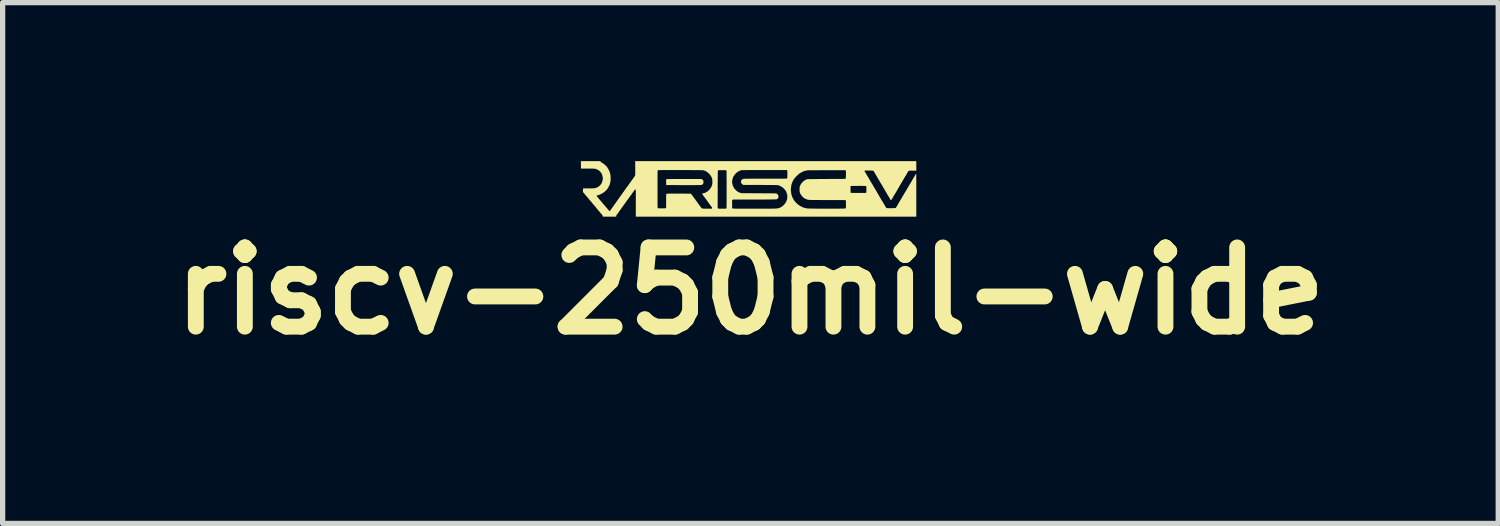
<source format=kicad_pcb>
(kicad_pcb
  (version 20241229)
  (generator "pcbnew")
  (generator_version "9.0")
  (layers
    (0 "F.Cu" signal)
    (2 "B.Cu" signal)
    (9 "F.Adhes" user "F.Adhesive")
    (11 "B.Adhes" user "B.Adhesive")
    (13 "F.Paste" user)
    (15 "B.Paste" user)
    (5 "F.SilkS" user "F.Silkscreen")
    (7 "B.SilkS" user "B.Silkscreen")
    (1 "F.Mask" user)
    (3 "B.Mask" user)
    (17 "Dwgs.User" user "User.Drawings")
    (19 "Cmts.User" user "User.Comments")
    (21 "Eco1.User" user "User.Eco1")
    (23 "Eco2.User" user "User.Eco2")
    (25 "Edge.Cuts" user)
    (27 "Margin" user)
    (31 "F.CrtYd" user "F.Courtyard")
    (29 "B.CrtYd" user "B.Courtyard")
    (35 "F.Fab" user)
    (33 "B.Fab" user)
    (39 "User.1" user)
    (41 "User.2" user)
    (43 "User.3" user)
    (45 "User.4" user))
  (footprint "riscv-250mil-wide"
    (layer "F.Cu")
    (at 11.122 0.526)
    (property "Reference" "riscv-250mil-wide" (at 0.035 1.93 0) (layer "F.SilkS") (effects (font (size 1.5 1.5) (thickness 0.3))))
    (attr board_only exclude_from_pos_files exclude_from_bom)
    (fp_poly (pts (xy -0.882 -0.18) (xy -0.87 -0.172) (xy -0.862 -0.165) (xy -0.857 -0.156) (xy -0.855 -0.145) (xy -0.855 -0.131) (xy -0.855 -0.119) (xy -0.856 -0.11) (xy -0.857 -0.104) (xy -0.86 -0.099) (xy -0.865 -0.093) (xy -0.867 -0.09) (xy -0.869 -0.087) (xy -0.872 -0.084) (xy -0.874 -0.082) (xy -0.877 -0.08) (xy -0.881 -0.078) (xy -0.886 -0.077) (xy -0.893 -0.075) (xy -0.902 -0.074) (xy -0.913 -0.073) (xy -0.927 -0.073) (xy -0.944 -0.072) (xy -0.964 -0.072) (xy -0.987 -0.072) (xy -1.015 -0.071) (xy -1.047 -0.071) (xy -1.083 -0.071) (xy -1.124 -0.071) (xy -1.171 -0.071) (xy -1.223 -0.071) (xy -1.224 -0.071) (xy -1.268 -0.071) (xy -1.31 -0.071) (xy -1.35 -0.072) (xy -1.388 -0.072) (xy -1.423 -0.072) (xy -1.454 -0.072) (xy -1.483 -0.072) (xy -1.507 -0.073) (xy -1.527 -0.073) (xy -1.542 -0.073) (xy -1.552 -0.073) (xy -1.557 -0.074) (xy -1.557 -0.074) (xy -1.559 -0.076) (xy -1.56 -0.082) (xy -1.56 -0.091) (xy -1.561 -0.105) (xy -1.561 -0.125) (xy -1.561 -0.129) (xy -1.561 -0.146) (xy -1.561 -0.161) (xy -1.56 -0.173) (xy -1.56 -0.181) (xy -1.559 -0.184) (xy -1.556 -0.185) (xy -1.547 -0.185) (xy -1.532 -0.186) (xy -1.511 -0.186) (xy -1.485 -0.186) (xy -1.453 -0.187) (xy -1.416 -0.187) (xy -1.373 -0.187) (xy -1.325 -0.187) (xy -1.272 -0.187) (xy -1.226 -0.187) (xy -0.894 -0.187)) (stroke (width 0) (type solid)) (fill yes) (layer "F.SilkS"))
    (fp_poly (pts (xy -2.803 -0.519) (xy -2.801 -0.511) (xy -2.793 -0.504) (xy -2.786 -0.501) (xy -2.775 -0.495) (xy -2.761 -0.487) (xy -2.746 -0.476) (xy -2.73 -0.463) (xy -2.714 -0.45) (xy -2.699 -0.437) (xy -2.688 -0.425) (xy -2.68 -0.415) (xy -2.658 -0.38) (xy -2.641 -0.346) (xy -2.627 -0.311) (xy -2.618 -0.276) (xy -2.613 -0.241) (xy -2.612 -0.229) (xy -2.611 -0.214) (xy -2.612 -0.197) (xy -2.612 -0.18) (xy -2.613 -0.164) (xy -2.614 -0.149) (xy -2.615 -0.139) (xy -2.617 -0.134) (xy -2.619 -0.127) (xy -2.621 -0.117) (xy -2.623 -0.105) (xy -2.624 -0.105) (xy -2.626 -0.092) (xy -2.63 -0.081) (xy -2.633 -0.073) (xy -2.634 -0.073) (xy -2.638 -0.065) (xy -2.641 -0.057) (xy -2.641 -0.057) (xy -2.644 -0.051) (xy -2.649 -0.041) (xy -2.655 -0.029) (xy -2.662 -0.017) (xy -2.669 -0.006) (xy -2.674 0.001) (xy -2.679 0.007) (xy -2.687 0.016) (xy -2.698 0.027) (xy -2.709 0.038) (xy -2.719 0.048) (xy -2.728 0.056) (xy -2.731 0.059) (xy -2.749 0.071) (xy -2.769 0.084) (xy -2.792 0.096) (xy -2.816 0.107) (xy -2.838 0.116) (xy -2.858 0.122) (xy -2.867 0.123) (xy -2.874 0.125) (xy -2.878 0.127) (xy -2.878 0.128) (xy -2.876 0.133) (xy -2.872 0.141) (xy -2.865 0.151) (xy -2.858 0.16) (xy -2.855 0.164) (xy -2.845 0.174) (xy -2.833 0.188) (xy -2.819 0.205) (xy -2.804 0.222) (xy -2.79 0.238) (xy -2.777 0.253) (xy -2.77 0.262) (xy -2.759 0.276) (xy -2.746 0.291) (xy -2.734 0.305) (xy -2.73 0.31) (xy -2.72 0.32) (xy -2.709 0.333) (xy -2.698 0.347) (xy -2.686 0.361) (xy -2.675 0.373) (xy -2.666 0.384) (xy -2.659 0.392) (xy -2.658 0.393) (xy -2.653 0.399) (xy -2.646 0.406) (xy -2.644 0.409) (xy -2.638 0.416) (xy -2.634 0.421) (xy -2.634 0.423) (xy -2.632 0.422) (xy -2.628 0.418) (xy -2.621 0.41) (xy -2.614 0.4) (xy -2.605 0.389) (xy -2.597 0.379) (xy -2.588 0.365) (xy -2.581 0.355) (xy -2.575 0.348) (xy -2.571 0.342) (xy -2.567 0.338) (xy -2.561 0.33) (xy -2.558 0.324) (xy -2.555 0.319) (xy -2.549 0.31) (xy -2.541 0.299) (xy -2.532 0.287) (xy -2.53 0.285) (xy -2.521 0.272) (xy -2.513 0.26) (xy -2.506 0.251) (xy -2.502 0.245) (xy -2.502 0.245) (xy -2.498 0.238) (xy -2.491 0.229) (xy -2.485 0.22) (xy -2.478 0.21) (xy -2.47 0.2) (xy -2.466 0.193) (xy -2.459 0.184) (xy -2.453 0.175) (xy -2.452 0.174) (xy -2.447 0.166) (xy -2.44 0.157) (xy -2.432 0.146) (xy -2.432 0.145) (xy -2.425 0.135) (xy -2.419 0.127) (xy -2.414 0.122) (xy -2.414 0.121) (xy -2.41 0.116) (xy -2.404 0.108) (xy -2.402 0.104) (xy -2.396 0.095) (xy -2.388 0.084) (xy -2.383 0.076) (xy -2.375 0.066) (xy -2.366 0.054) (xy -2.357 0.041) (xy -2.356 0.038) (xy -2.348 0.027) (xy -2.341 0.018) (xy -2.336 0.011) (xy -2.334 0.009) (xy -2.33 0.004) (xy -2.328 -0.001) (xy -2.326 -0.005) (xy -2.321 -0.012) (xy -2.315 -0.02) (xy -1.724 -0.02) (xy -1.724 0.006) (xy -1.724 0.06) (xy -1.724 0.108) (xy -1.724 0.151) (xy -1.724 0.189) (xy -1.724 0.222) (xy -1.724 0.251) (xy -1.724 0.276) (xy -1.724 0.297) (xy -1.723 0.314) (xy -1.723 0.328) (xy -1.723 0.34) (xy -1.722 0.348) (xy -1.722 0.355) (xy -1.721 0.359) (xy -1.721 0.362) (xy -1.72 0.364) (xy -1.72 0.365) (xy -1.715 0.366) (xy -1.704 0.367) (xy -1.687 0.368) (xy -1.664 0.368) (xy -1.647 0.368) (xy -1.623 0.368) (xy -1.605 0.368) (xy -1.59 0.368) (xy -1.58 0.367) (xy -1.573 0.365) (xy -1.568 0.363) (xy -1.565 0.361) (xy -1.563 0.359) (xy -1.563 0.355) (xy -1.562 0.346) (xy -1.562 0.332) (xy -1.561 0.315) (xy -1.561 0.294) (xy -1.561 0.27) (xy -1.561 0.244) (xy -1.561 0.227) (xy -1.561 0.196) (xy -1.561 0.171) (xy -1.561 0.15) (xy -1.56 0.133) (xy -1.56 0.121) (xy -1.56 0.111) (xy -1.559 0.105) (xy -1.558 0.1) (xy -1.557 0.097) (xy -1.556 0.095) (xy -1.555 0.094) (xy -1.554 0.093) (xy -1.552 0.092) (xy -1.548 0.092) (xy -1.543 0.091) (xy -1.536 0.09) (xy -1.527 0.09) (xy -1.515 0.09) (xy -1.499 0.089) (xy -1.48 0.089) (xy -1.457 0.089) (xy -1.429 0.089) (xy -1.397 0.089) (xy -1.36 0.089) (xy -1.326 0.089) (xy -1.29 0.089) (xy -1.256 0.089) (xy -1.224 0.089) (xy -1.194 0.09) (xy -1.167 0.09) (xy -1.144 0.09) (xy -1.125 0.091) (xy -1.11 0.091) (xy -1.101 0.091) (xy -1.096 0.092) (xy -1.096 0.092) (xy -1.09 0.096) (xy -1.083 0.102) (xy -1.081 0.104) (xy -1.075 0.112) (xy -1.068 0.122) (xy -1.059 0.133) (xy -1.051 0.144) (xy -1.043 0.155) (xy -1.037 0.163) (xy -1.033 0.169) (xy -1.032 0.171) (xy -1.03 0.174) (xy -1.026 0.18) (xy -1.02 0.188) (xy -1.014 0.195) (xy -1.009 0.201) (xy -1.009 0.202) (xy -1.005 0.206) (xy -1.005 0.208) (xy -1.004 0.21) (xy -1.001 0.215) (xy -0.995 0.222) (xy -0.986 0.232) (xy -0.986 0.233) (xy -0.982 0.238) (xy -0.981 0.24) (xy -0.979 0.244) (xy -0.975 0.25) (xy -0.972 0.253) (xy -0.967 0.259) (xy -0.964 0.264) (xy -0.963 0.265) (xy -0.961 0.269) (xy -0.956 0.276) (xy -0.949 0.286) (xy -0.941 0.296) (xy -0.937 0.301) (xy -0.932 0.308) (xy -0.931 0.31) (xy -0.917 0.329) (xy -0.905 0.345) (xy -0.895 0.357) (xy -0.887 0.366) (xy -0.883 0.369) (xy -0.88 0.37) (xy -0.876 0.371) (xy -0.87 0.372) (xy -0.861 0.373) (xy -0.849 0.374) (xy -0.832 0.374) (xy -0.812 0.374) (xy -0.786 0.374) (xy -0.76 0.374) (xy -0.74 0.374) (xy -0.725 0.374) (xy -0.713 0.374) (xy -0.705 0.374) (xy -0.699 0.373) (xy -0.696 0.372) (xy -0.694 0.371) (xy -0.693 0.369) (xy -0.693 0.369) (xy -0.69 0.363) (xy -0.69 0.36) (xy -0.586 0.36) (xy -0.578 0.367) (xy -0.571 0.375) (xy -0.499 0.375) (xy -0.476 0.375) (xy -0.458 0.374) (xy -0.445 0.374) (xy -0.436 0.374) (xy -0.429 0.373) (xy -0.425 0.372) (xy -0.422 0.37) (xy -0.422 0.37) (xy -0.421 0.369) (xy -0.42 0.367) (xy -0.419 0.365) (xy -0.419 0.362) (xy -0.312 0.362) (xy -0.304 0.368) (xy -0.303 0.369) (xy -0.301 0.37) (xy -0.299 0.371) (xy -0.297 0.371) (xy -0.293 0.372) (xy -0.287 0.372) (xy -0.28 0.373) (xy -0.271 0.373) (xy -0.26 0.373) (xy -0.246 0.374) (xy -0.229 0.374) (xy -0.209 0.374) (xy -0.185 0.374) (xy -0.158 0.374) (xy -0.126 0.374) (xy -0.09 0.374) (xy -0.049 0.374) (xy -0.003 0.374) (xy 0.048 0.374) (xy 0.1 0.375) (xy 0.157 0.375) (xy 0.209 0.375) (xy 0.256 0.374) (xy 0.298 0.374) (xy 0.335 0.374) (xy 0.367 0.374) (xy 0.396 0.374) (xy 0.421 0.374) (xy 0.443 0.374) (xy 0.462 0.373) (xy 0.478 0.373) (xy 0.491 0.373) (xy 0.503 0.372) (xy 0.512 0.372) (xy 0.521 0.371) (xy 0.528 0.371) (xy 0.534 0.37) (xy 0.535 0.37) (xy 0.554 0.367) (xy 0.568 0.365) (xy 0.578 0.362) (xy 0.583 0.359) (xy 0.591 0.355) (xy 0.597 0.354) (xy 0.597 0.354) (xy 0.603 0.352) (xy 0.61 0.348) (xy 0.616 0.344) (xy 0.62 0.342) (xy 0.62 0.342) (xy 0.624 0.34) (xy 0.632 0.335) (xy 0.641 0.328) (xy 0.651 0.319) (xy 0.661 0.31) (xy 0.669 0.302) (xy 0.675 0.296) (xy 0.678 0.292) (xy 0.678 0.292) (xy 0.68 0.288) (xy 0.683 0.285) (xy 0.69 0.278) (xy 0.698 0.266) (xy 0.706 0.252) (xy 0.714 0.238) (xy 0.719 0.224) (xy 0.721 0.217) (xy 0.724 0.208) (xy 0.727 0.2) (xy 0.73 0.194) (xy 0.731 0.183) (xy 0.732 0.169) (xy 0.733 0.153) (xy 0.733 0.138) (xy 0.732 0.123) (xy 0.731 0.111) (xy 0.729 0.103) (xy 0.728 0.101) (xy 0.724 0.093) (xy 0.721 0.083) (xy 0.721 0.08) (xy 0.717 0.066) (xy 0.709 0.049) (xy 0.699 0.032) (xy 0.688 0.016) (xy 0.8 0.016) (xy 0.8 0.018) (xy 0.801 0.034) (xy 0.803 0.051) (xy 0.805 0.069) (xy 0.808 0.086) (xy 0.81 0.102) (xy 0.813 0.114) (xy 0.815 0.122) (xy 0.816 0.123) (xy 0.819 0.131) (xy 0.822 0.139) (xy 0.824 0.146) (xy 0.829 0.157) (xy 0.835 0.17) (xy 0.842 0.184) (xy 0.849 0.197) (xy 0.855 0.207) (xy 0.858 0.212) (xy 0.869 0.227) (xy 0.88 0.241) (xy 0.891 0.254) (xy 0.9 0.263) (xy 0.901 0.264) (xy 0.909 0.272) (xy 0.919 0.281) (xy 0.923 0.286) (xy 0.93 0.292) (xy 0.936 0.296) (xy 0.938 0.297) (xy 0.942 0.299) (xy 0.947 0.304) (xy 0.948 0.305) (xy 0.955 0.311) (xy 0.962 0.314) (xy 0.967 0.316) (xy 0.969 0.319) (xy 0.972 0.321) (xy 0.978 0.325) (xy 0.982 0.327) (xy 0.99 0.331) (xy 0.997 0.334) (xy 0.999 0.335) (xy 1.027 0.349) (xy 1.057 0.359) (xy 1.091 0.366) (xy 1.118 0.37) (xy 1.128 0.37) (xy 1.142 0.371) (xy 1.162 0.372) (xy 1.185 0.372) (xy 1.213 0.373) (xy 1.243 0.373) (xy 1.276 0.373) (xy 1.312 0.374) (xy 1.349 0.374) (xy 1.388 0.374) (xy 1.428 0.374) (xy 1.468 0.374) (xy 1.508 0.375) (xy 1.548 0.374) (xy 1.587 0.374) (xy 1.625 0.374) (xy 1.661 0.374) (xy 1.695 0.374) (xy 1.726 0.373) (xy 1.754 0.373) (xy 1.778 0.373) (xy 1.799 0.372) (xy 1.814 0.372) (xy 1.825 0.371) (xy 1.831 0.37) (xy 1.831 0.37) (xy 1.838 0.366) (xy 1.841 0.361) (xy 1.842 0.357) (xy 1.842 0.348) (xy 1.843 0.334) (xy 1.843 0.317) (xy 1.843 0.299) (xy 1.843 0.288) (xy 1.843 0.22) (xy 1.836 0.215) (xy 1.834 0.215) (xy 1.832 0.214) (xy 1.828 0.213) (xy 1.822 0.213) (xy 1.815 0.213) (xy 1.805 0.212) (xy 1.793 0.212) (xy 1.777 0.212) (xy 1.759 0.211) (xy 1.736 0.211) (xy 1.71 0.211) (xy 1.68 0.211) (xy 1.645 0.211) (xy 1.605 0.211) (xy 1.56 0.211) (xy 1.509 0.211) (xy 1.499 0.211) (xy 1.455 0.211) (xy 1.412 0.211) (xy 1.371 0.211) (xy 1.332 0.21) (xy 1.296 0.21) (xy 1.263 0.21) (xy 1.233 0.21) (xy 1.207 0.21) (xy 1.185 0.209) (xy 1.168 0.209) (xy 1.156 0.209) (xy 1.149 0.208) (xy 1.149 0.208) (xy 1.128 0.205) (xy 1.109 0.201) (xy 1.093 0.196) (xy 1.082 0.19) (xy 1.081 0.19) (xy 1.074 0.186) (xy 1.067 0.184) (xy 1.066 0.184) (xy 1.061 0.182) (xy 1.06 0.18) (xy 1.056 0.176) (xy 1.049 0.172) (xy 1.043 0.169) (xy 1.041 0.166) (xy 1.04 0.166) (xy 1.038 0.163) (xy 1.032 0.159) (xy 1.03 0.157) (xy 1.023 0.152) (xy 1.019 0.147) (xy 1.018 0.146) (xy 1.016 0.141) (xy 1.01 0.134) (xy 1.003 0.127) (xy 0.996 0.119) (xy 0.992 0.113) (xy 0.99 0.109) (xy 0.988 0.104) (xy 0.986 0.101) (xy 0.982 0.096) (xy 0.978 0.088) (xy 0.977 0.083) (xy 0.973 0.073) (xy 0.97 0.066) (xy 0.968 0.063) (xy 0.967 0.059) (xy 0.966 0.051) (xy 0.965 0.037) (xy 0.965 0.019) (xy 0.965 0.012) (xy 0.965 -0.006) (xy 0.965 -0.019) (xy 0.966 -0.029) (xy 0.966 -0.031) (xy 1.93 -0.031) (xy 1.93 -0.017) (xy 1.93 0.001) (xy 1.93 0.011) (xy 1.93 0.032) (xy 1.931 0.048) (xy 1.931 0.059) (xy 1.932 0.067) (xy 1.933 0.072) (xy 1.935 0.074) (xy 1.935 0.074) (xy 1.939 0.075) (xy 1.948 0.075) (xy 1.962 0.076) (xy 1.979 0.076) (xy 1.999 0.077) (xy 2.022 0.077) (xy 2.046 0.077) (xy 2.071 0.077) (xy 2.097 0.077) (xy 2.121 0.077) (xy 2.145 0.077) (xy 2.167 0.077) (xy 2.186 0.077) (xy 2.201 0.076) (xy 2.212 0.076) (xy 2.219 0.076) (xy 2.22 0.075) (xy 2.226 0.071) (xy 2.228 0.067) (xy 2.229 0.063) (xy 2.23 0.053) (xy 2.23 0.039) (xy 2.23 0.023) (xy 2.23 0.006) (xy 2.23 -0.015) (xy 2.229 -0.03) (xy 2.229 -0.041) (xy 2.228 -0.048) (xy 2.226 -0.052) (xy 2.226 -0.053) (xy 2.224 -0.054) (xy 2.22 -0.054) (xy 2.213 -0.055) (xy 2.204 -0.056) (xy 2.191 -0.056) (xy 2.174 -0.056) (xy 2.153 -0.056) (xy 2.126 -0.057) (xy 2.095 -0.057) (xy 2.081 -0.057) (xy 2.043 -0.056) (xy 2.011 -0.056) (xy 1.984 -0.056) (xy 1.963 -0.055) (xy 1.948 -0.055) (xy 1.938 -0.054) (xy 1.935 -0.053) (xy 1.933 -0.052) (xy 1.931 -0.05) (xy 1.93 -0.046) (xy 1.93 -0.04) (xy 1.93 -0.031) (xy 0.966 -0.031) (xy 0.967 -0.037) (xy 0.969 -0.044) (xy 0.972 -0.051) (xy 0.973 -0.054) (xy 0.983 -0.076) (xy 0.993 -0.095) (xy 1.006 -0.111) (xy 1.021 -0.128) (xy 1.021 -0.129) (xy 1.031 -0.138) (xy 1.038 -0.145) (xy 1.046 -0.15) (xy 1.056 -0.156) (xy 1.057 -0.157) (xy 1.064 -0.162) (xy 1.07 -0.167) (xy 1.077 -0.171) (xy 1.085 -0.174) (xy 1.086 -0.174) (xy 1.096 -0.177) (xy 1.104 -0.181) (xy 1.106 -0.182) (xy 1.109 -0.182) (xy 1.113 -0.183) (xy 1.118 -0.183) (xy 1.125 -0.184) (xy 1.134 -0.184) (xy 1.146 -0.185) (xy 1.161 -0.185) (xy 1.178 -0.185) (xy 1.199 -0.186) (xy 1.224 -0.186) (xy 1.253 -0.186) (xy 1.286 -0.186) (xy 1.324 -0.187) (xy 1.366 -0.187) (xy 1.414 -0.187) (xy 1.468 -0.187) (xy 1.472 -0.187) (xy 1.526 -0.188) (xy 1.574 -0.188) (xy 1.617 -0.188) (xy 1.655 -0.188) (xy 1.688 -0.188) (xy 1.717 -0.189) (xy 1.741 -0.189) (xy 1.762 -0.189) (xy 1.78 -0.189) (xy 1.794 -0.19) (xy 1.806 -0.19) (xy 1.815 -0.19) (xy 1.822 -0.191) (xy 1.828 -0.191) (xy 1.831 -0.192) (xy 1.834 -0.193) (xy 1.835 -0.193) (xy 1.836 -0.194) (xy 1.838 -0.196) (xy 1.839 -0.2) (xy 1.84 -0.205) (xy 1.841 -0.213) (xy 1.842 -0.224) (xy 1.842 -0.24) (xy 1.842 -0.26) (xy 1.843 -0.269) (xy 1.843 -0.291) (xy 1.843 -0.308) (xy 1.843 -0.32) (xy 1.843 -0.329) (xy 1.842 -0.335) (xy 1.841 -0.34) (xy 1.839 -0.343) (xy 1.837 -0.345) (xy 1.837 -0.346) (xy 1.83 -0.354) (xy 1.476 -0.354) (xy 1.415 -0.354) (xy 1.36 -0.354) (xy 1.31 -0.353) (xy 1.265 -0.353) (xy 1.226 -0.353) (xy 1.192 -0.353) (xy 1.164 -0.352) (xy 1.142 -0.352) (xy 1.126 -0.352) (xy 1.115 -0.351) (xy 1.11 -0.351) (xy 1.101 -0.348) (xy 1.089 -0.346) (xy 1.076 -0.343) (xy 1.075 -0.343) (xy 1.063 -0.341) (xy 1.053 -0.338) (xy 1.046 -0.335) (xy 1.046 -0.335) (xy 1.038 -0.331) (xy 1.03 -0.329) (xy 1.021 -0.325) (xy 1.015 -0.321) (xy 1.009 -0.316) (xy 1.005 -0.315) (xy 1 -0.313) (xy 0.992 -0.309) (xy 0.99 -0.308) (xy 0.983 -0.303) (xy 0.977 -0.3) (xy 0.976 -0.3) (xy 0.971 -0.298) (xy 0.97 -0.296) (xy 0.967 -0.292) (xy 0.965 -0.291) (xy 0.961 -0.289) (xy 0.953 -0.283) (xy 0.943 -0.275) (xy 0.931 -0.264) (xy 0.918 -0.251) (xy 0.904 -0.238) (xy 0.892 -0.225) (xy 0.881 -0.213) (xy 0.871 -0.202) (xy 0.865 -0.194) (xy 0.862 -0.189) (xy 0.862 -0.188) (xy 0.86 -0.184) (xy 0.857 -0.181) (xy 0.853 -0.176) (xy 0.849 -0.168) (xy 0.849 -0.168) (xy 0.845 -0.161) (xy 0.839 -0.151) (xy 0.834 -0.141) (xy 0.829 -0.13) (xy 0.824 -0.119) (xy 0.822 -0.112) (xy 0.82 -0.102) (xy 0.816 -0.095) (xy 0.816 -0.094) (xy 0.813 -0.087) (xy 0.811 -0.078) (xy 0.81 -0.071) (xy 0.808 -0.06) (xy 0.806 -0.046) (xy 0.804 -0.033) (xy 0.801 -0.01) (xy 0.8 0.016) (xy 0.688 0.016) (xy 0.687 0.015) (xy 0.674 -0.001) (xy 0.671 -0.003) (xy 0.659 -0.015) (xy 0.65 -0.023) (xy 0.644 -0.028) (xy 0.638 -0.032) (xy 0.635 -0.033) (xy 0.63 -0.036) (xy 0.627 -0.039) (xy 0.624 -0.041) (xy 0.616 -0.046) (xy 0.602 -0.053) (xy 0.583 -0.062) (xy 0.583 -0.062) (xy 0.572 -0.066) (xy 0.559 -0.069) (xy 0.55 -0.071) (xy 0.543 -0.072) (xy 0.531 -0.072) (xy 0.513 -0.073) (xy 0.489 -0.073) (xy 0.46 -0.073) (xy 0.426 -0.074) (xy 0.386 -0.074) (xy 0.342 -0.074) (xy 0.292 -0.074) (xy 0.238 -0.075) (xy 0.216 -0.075) (xy -0.1 -0.075) (xy -0.113 -0.083) (xy -0.125 -0.092) (xy -0.135 -0.105) (xy -0.142 -0.12) (xy -0.146 -0.134) (xy -0.146 -0.137) (xy -0.143 -0.152) (xy -0.135 -0.166) (xy -0.123 -0.178) (xy -0.107 -0.187) (xy -0.094 -0.19) (xy -0.089 -0.191) (xy -0.078 -0.191) (xy -0.062 -0.192) (xy -0.04 -0.192) (xy -0.014 -0.192) (xy 0.018 -0.192) (xy 0.054 -0.193) (xy 0.094 -0.193) (xy 0.139 -0.193) (xy 0.187 -0.193) (xy 0.239 -0.193) (xy 0.295 -0.193) (xy 0.319 -0.193) (xy 0.384 -0.193) (xy 0.443 -0.193) (xy 0.497 -0.193) (xy 0.545 -0.194) (xy 0.587 -0.194) (xy 0.623 -0.194) (xy 0.654 -0.194) (xy 0.678 -0.195) (xy 0.698 -0.195) (xy 0.712 -0.195) (xy 0.72 -0.196) (xy 0.722 -0.196) (xy 0.729 -0.201) (xy 0.731 -0.205) (xy 0.732 -0.21) (xy 0.733 -0.219) (xy 0.734 -0.233) (xy 0.734 -0.249) (xy 0.734 -0.267) (xy 0.734 -0.285) (xy 0.734 -0.303) (xy 0.734 -0.32) (xy 0.733 -0.334) (xy 0.732 -0.344) (xy 0.731 -0.349) (xy 0.728 -0.357) (xy 0.303 -0.357) (xy 0.252 -0.357) (xy 0.204 -0.357) (xy 0.157 -0.356) (xy 0.113 -0.356) (xy 0.071 -0.356) (xy 0.031 -0.356) (xy -0.004 -0.356) (xy -0.037 -0.356) (xy -0.065 -0.355) (xy -0.089 -0.355) (xy -0.109 -0.355) (xy -0.124 -0.355) (xy -0.133 -0.354) (xy -0.136 -0.354) (xy -0.145 -0.352) (xy -0.15 -0.349) (xy -0.151 -0.349) (xy -0.155 -0.346) (xy -0.162 -0.344) (xy -0.164 -0.344) (xy -0.173 -0.341) (xy -0.179 -0.338) (xy -0.179 -0.338) (xy -0.185 -0.334) (xy -0.19 -0.331) (xy -0.198 -0.328) (xy -0.206 -0.323) (xy -0.206 -0.322) (xy -0.212 -0.318) (xy -0.216 -0.315) (xy -0.217 -0.315) (xy -0.22 -0.313) (xy -0.226 -0.308) (xy -0.235 -0.3) (xy -0.244 -0.291) (xy -0.252 -0.282) (xy -0.26 -0.274) (xy -0.263 -0.269) (xy -0.281 -0.244) (xy -0.293 -0.222) (xy -0.3 -0.202) (xy -0.302 -0.194) (xy -0.304 -0.185) (xy -0.306 -0.178) (xy -0.307 -0.176) (xy -0.309 -0.17) (xy -0.311 -0.16) (xy -0.312 -0.147) (xy -0.312 -0.133) (xy -0.311 -0.12) (xy -0.31 -0.108) (xy -0.308 -0.1) (xy -0.305 -0.089) (xy -0.302 -0.076) (xy -0.302 -0.074) (xy -0.299 -0.064) (xy -0.294 -0.053) (xy -0.29 -0.043) (xy -0.284 -0.032) (xy -0.279 -0.022) (xy -0.276 -0.016) (xy -0.272 -0.011) (xy -0.265 -0.002) (xy -0.256 0.008) (xy -0.246 0.019) (xy -0.235 0.029) (xy -0.226 0.038) (xy -0.219 0.044) (xy -0.219 0.045) (xy -0.209 0.051) (xy -0.197 0.058) (xy -0.184 0.064) (xy -0.174 0.069) (xy -0.169 0.07) (xy -0.16 0.073) (xy -0.152 0.077) (xy -0.152 0.077) (xy -0.15 0.078) (xy -0.148 0.078) (xy -0.144 0.079) (xy -0.139 0.08) (xy -0.131 0.08) (xy -0.122 0.08) (xy -0.11 0.081) (xy -0.095 0.081) (xy -0.077 0.081) (xy -0.055 0.082) (xy -0.03 0.082) (xy -0.000372 0.082) (xy 0.034 0.082) (xy 0.073 0.083) (xy 0.117 0.083) (xy 0.167 0.083) (xy 0.189 0.083) (xy 0.522 0.085) (xy 0.536 0.093) (xy 0.545 0.1) (xy 0.552 0.107) (xy 0.553 0.11) (xy 0.557 0.117) (xy 0.561 0.122) (xy 0.563 0.127) (xy 0.565 0.138) (xy 0.565 0.146) (xy 0.564 0.16) (xy 0.561 0.171) (xy 0.554 0.18) (xy 0.544 0.189) (xy 0.529 0.197) (xy 0.526 0.197) (xy 0.52 0.198) (xy 0.51 0.198) (xy 0.496 0.199) (xy 0.478 0.199) (xy 0.456 0.199) (xy 0.43 0.2) (xy 0.399 0.2) (xy 0.364 0.2) (xy 0.324 0.201) (xy 0.28 0.201) (xy 0.23 0.201) (xy 0.176 0.201) (xy 0.116 0.202) (xy 0.052 0.202) (xy -0.019 0.202) (xy -0.094 0.202) (xy -0.176 0.202) (xy -0.263 0.202) (xy -0.294 0.202) (xy -0.297 0.204) (xy -0.303 0.208) (xy -0.304 0.21) (xy -0.312 0.217) (xy -0.312 0.29) (xy -0.312 0.362) (xy -0.419 0.362) (xy -0.419 0.362) (xy -0.418 0.357) (xy -0.418 0.35) (xy -0.418 0.341) (xy -0.417 0.33) (xy -0.417 0.316) (xy -0.417 0.299) (xy -0.417 0.279) (xy -0.416 0.255) (xy -0.416 0.227) (xy -0.416 0.194) (xy -0.416 0.157) (xy -0.416 0.115) (xy -0.416 0.068) (xy -0.416 0.015) (xy -0.416 0.011) (xy -0.416 -0.051) (xy -0.416 -0.106) (xy -0.416 -0.156) (xy -0.417 -0.2) (xy -0.417 -0.239) (xy -0.417 -0.271) (xy -0.417 -0.298) (xy -0.418 -0.319) (xy -0.418 -0.334) (xy -0.419 -0.344) (xy -0.419 -0.348) (xy -0.419 -0.348) (xy -0.42 -0.35) (xy -0.423 -0.351) (xy -0.426 -0.352) (xy -0.432 -0.353) (xy -0.44 -0.353) (xy -0.453 -0.354) (xy -0.469 -0.354) (xy -0.491 -0.354) (xy -0.499 -0.354) (xy -0.523 -0.354) (xy -0.541 -0.354) (xy -0.555 -0.353) (xy -0.565 -0.353) (xy -0.572 -0.352) (xy -0.576 -0.351) (xy -0.579 -0.35) (xy -0.58 -0.349) (xy -0.581 -0.347) (xy -0.581 -0.344) (xy -0.582 -0.339) (xy -0.582 -0.331) (xy -0.583 -0.321) (xy -0.583 -0.308) (xy -0.583 -0.292) (xy -0.584 -0.272) (xy -0.584 -0.248) (xy -0.584 -0.221) (xy -0.584 -0.189) (xy -0.584 -0.152) (xy -0.585 -0.111) (xy -0.585 -0.064) (xy -0.585 -0.011) (xy -0.585 0.008) (xy -0.586 0.36) (xy -0.69 0.36) (xy -0.69 0.357) (xy -0.693 0.351) (xy -0.699 0.343) (xy -0.707 0.335) (xy -0.711 0.329) (xy -0.713 0.325) (xy -0.713 0.325) (xy -0.715 0.32) (xy -0.719 0.315) (xy -0.725 0.308) (xy -0.732 0.299) (xy -0.734 0.296) (xy -0.741 0.287) (xy -0.746 0.28) (xy -0.748 0.278) (xy -0.753 0.271) (xy -0.758 0.263) (xy -0.758 0.263) (xy -0.763 0.256) (xy -0.77 0.246) (xy -0.776 0.238) (xy -0.784 0.228) (xy -0.791 0.217) (xy -0.795 0.211) (xy -0.809 0.192) (xy -0.82 0.177) (xy -0.829 0.165) (xy -0.837 0.155) (xy -0.844 0.147) (xy -0.849 0.142) (xy -0.85 0.138) (xy -0.852 0.134) (xy -0.856 0.129) (xy -0.861 0.124) (xy -0.862 0.121) (xy -0.864 0.116) (xy -0.868 0.11) (xy -0.87 0.109) (xy -0.875 0.099) (xy -0.876 0.092) (xy -0.875 0.088) (xy -0.873 0.086) (xy -0.867 0.084) (xy -0.858 0.083) (xy -0.845 0.081) (xy -0.834 0.077) (xy -0.828 0.075) (xy -0.82 0.071) (xy -0.813 0.069) (xy -0.811 0.068) (xy -0.806 0.066) (xy -0.801 0.062) (xy -0.796 0.058) (xy -0.792 0.056) (xy -0.787 0.054) (xy -0.779 0.048) (xy -0.768 0.04) (xy -0.757 0.029) (xy -0.746 0.017) (xy -0.735 0.005) (xy -0.725 -0.006) (xy -0.718 -0.016) (xy -0.714 -0.023) (xy -0.713 -0.026) (xy -0.711 -0.03) (xy -0.709 -0.033) (xy -0.706 -0.038) (xy -0.702 -0.046) (xy -0.701 -0.049) (xy -0.698 -0.058) (xy -0.695 -0.066) (xy -0.694 -0.067) (xy -0.691 -0.076) (xy -0.688 -0.089) (xy -0.686 -0.106) (xy -0.685 -0.124) (xy -0.686 -0.144) (xy -0.687 -0.163) (xy -0.688 -0.178) (xy -0.69 -0.19) (xy -0.692 -0.199) (xy -0.694 -0.204) (xy -0.698 -0.211) (xy -0.7 -0.218) (xy -0.702 -0.224) (xy -0.706 -0.232) (xy -0.713 -0.242) (xy -0.722 -0.257) (xy -0.723 -0.258) (xy -0.736 -0.275) (xy -0.753 -0.292) (xy -0.77 -0.308) (xy -0.789 -0.322) (xy -0.807 -0.333) (xy -0.823 -0.341) (xy -0.831 -0.344) (xy -0.84 -0.347) (xy -0.847 -0.351) (xy -0.849 -0.351) (xy -0.851 -0.352) (xy -0.854 -0.352) (xy -0.859 -0.353) (xy -0.866 -0.353) (xy -0.875 -0.354) (xy -0.886 -0.354) (xy -0.9 -0.354) (xy -0.917 -0.355) (xy -0.937 -0.355) (xy -0.96 -0.355) (xy -0.988 -0.355) (xy -1.019 -0.355) (xy -1.054 -0.355) (xy -1.095 -0.356) (xy -1.14 -0.356) (xy -1.19 -0.356) (xy -1.246 -0.356) (xy -1.286 -0.356) (xy -1.346 -0.356) (xy -1.4 -0.356) (xy -1.449 -0.356) (xy -1.493 -0.356) (xy -1.532 -0.356) (xy -1.567 -0.356) (xy -1.597 -0.356) (xy -1.623 -0.356) (xy -1.645 -0.356) (xy -1.664 -0.356) (xy -1.68 -0.355) (xy -1.692 -0.355) (xy -1.702 -0.355) (xy -1.71 -0.354) (xy -1.715 -0.354) (xy -1.719 -0.354) (xy -1.72 -0.353) (xy -1.721 -0.353) (xy -1.722 -0.35) (xy -1.722 -0.345) (xy -1.722 -0.337) (xy -1.723 -0.325) (xy -1.723 -0.309) (xy -1.724 -0.289) (xy -1.724 -0.265) (xy -1.724 -0.237) (xy -1.724 -0.204) (xy -1.724 -0.166) (xy -1.724 -0.123) (xy -1.724 -0.074) (xy -1.724 -0.02) (xy -2.315 -0.02) (xy -2.315 -0.02) (xy -2.307 -0.03) (xy -2.299 -0.04) (xy -2.295 -0.046) (xy -2.286 -0.058) (xy -2.278 -0.07) (xy -2.271 -0.079) (xy -2.267 -0.083) (xy -2.264 -0.088) (xy -2.258 -0.096) (xy -2.253 -0.104) (xy -2.226 -0.142) (xy -2.199 -0.18) (xy -2.185 -0.199) (xy -2.174 -0.214) (xy -2.166 -0.226) (xy -2.16 -0.235) (xy -2.156 -0.241) (xy -2.153 -0.246) (xy -2.151 -0.25) (xy -2.15 -0.252) (xy -2.149 -0.256) (xy -2.148 -0.26) (xy -2.147 -0.266) (xy -2.147 -0.274) (xy -2.146 -0.285) (xy -2.146 -0.3) (xy -2.146 -0.318) (xy -2.146 -0.341) (xy -2.146 -0.368) (xy -2.146 -0.395) (xy -2.147 -0.526) (xy 0.514 -0.526) (xy 3.175 -0.526) (xy 3.175 -0.436) (xy 3.175 -0.345) (xy 3.107 -0.345) (xy 3.083 -0.346) (xy 3.064 -0.345) (xy 3.05 -0.345) (xy 3.04 -0.343) (xy 3.032 -0.341) (xy 3.027 -0.338) (xy 3.023 -0.334) (xy 3.02 -0.329) (xy 3.019 -0.325) (xy 3.015 -0.318) (xy 3.012 -0.314) (xy 3.012 -0.314) (xy 3.008 -0.31) (xy 3.004 -0.303) (xy 3.003 -0.301) (xy 2.995 -0.285) (xy 2.987 -0.271) (xy 2.98 -0.259) (xy 2.975 -0.25) (xy 2.973 -0.248) (xy 2.969 -0.243) (xy 2.963 -0.234) (xy 2.958 -0.224) (xy 2.953 -0.215) (xy 2.949 -0.208) (xy 2.946 -0.205) (xy 2.946 -0.205) (xy 2.945 -0.204) (xy 2.943 -0.201) (xy 2.94 -0.195) (xy 2.935 -0.186) (xy 2.928 -0.173) (xy 2.926 -0.169) (xy 2.92 -0.158) (xy 2.911 -0.143) (xy 2.902 -0.128) (xy 2.893 -0.113) (xy 2.886 -0.102) (xy 2.885 -0.101) (xy 2.879 -0.092) (xy 2.875 -0.084) (xy 2.873 -0.08) (xy 2.87 -0.073) (xy 2.864 -0.065) (xy 2.864 -0.064) (xy 2.859 -0.058) (xy 2.857 -0.053) (xy 2.857 -0.053) (xy 2.855 -0.049) (xy 2.851 -0.041) (xy 2.846 -0.032) (xy 2.844 -0.028) (xy 2.837 -0.017) (xy 2.831 -0.007) (xy 2.826 0.000489) (xy 2.826 0.001) (xy 2.821 0.01) (xy 2.815 0.02) (xy 2.814 0.022) (xy 2.808 0.032) (xy 2.802 0.044) (xy 2.799 0.049) (xy 2.793 0.059) (xy 2.787 0.069) (xy 2.784 0.073) (xy 2.779 0.08) (xy 2.777 0.085) (xy 2.777 0.085) (xy 2.775 0.089) (xy 2.771 0.096) (xy 2.766 0.104) (xy 2.76 0.112) (xy 2.756 0.118) (xy 2.755 0.119) (xy 2.752 0.124) (xy 2.747 0.132) (xy 2.742 0.143) (xy 2.741 0.144) (xy 2.734 0.157) (xy 2.727 0.171) (xy 2.72 0.181) (xy 2.714 0.191) (xy 2.709 0.199) (xy 2.707 0.204) (xy 2.702 0.208) (xy 2.696 0.211) (xy 2.69 0.21) (xy 2.686 0.207) (xy 2.682 0.2) (xy 2.681 0.199) (xy 2.676 0.188) (xy 2.669 0.176) (xy 2.668 0.174) (xy 2.662 0.164) (xy 2.656 0.153) (xy 2.655 0.151) (xy 2.649 0.142) (xy 2.643 0.131) (xy 2.64 0.127) (xy 2.634 0.118) (xy 2.627 0.106) (xy 2.621 0.095) (xy 2.615 0.084) (xy 2.607 0.07) (xy 2.598 0.055) (xy 2.594 0.049) (xy 2.586 0.036) (xy 2.579 0.024) (xy 2.573 0.013) (xy 2.571 0.009) (xy 2.565 -0.002) (xy 2.558 -0.013) (xy 2.556 -0.016) (xy 2.551 -0.023) (xy 2.548 -0.029) (xy 2.548 -0.03) (xy 2.546 -0.034) (xy 2.542 -0.041) (xy 2.539 -0.046) (xy 2.532 -0.057) (xy 2.527 -0.065) (xy 2.523 -0.073) (xy 2.519 -0.081) (xy 2.518 -0.082) (xy 2.514 -0.09) (xy 2.51 -0.096) (xy 2.509 -0.097) (xy 2.506 -0.1) (xy 2.502 -0.106) (xy 2.499 -0.112) (xy 2.494 -0.121) (xy 2.487 -0.133) (xy 2.479 -0.147) (xy 2.478 -0.149) (xy 2.47 -0.163) (xy 2.462 -0.176) (xy 2.456 -0.186) (xy 2.453 -0.193) (xy 2.452 -0.193) (xy 2.448 -0.201) (xy 2.444 -0.207) (xy 2.438 -0.215) (xy 2.431 -0.228) (xy 2.423 -0.244) (xy 2.417 -0.254) (xy 2.411 -0.263) (xy 2.409 -0.266) (xy 2.404 -0.274) (xy 2.398 -0.284) (xy 2.393 -0.293) (xy 2.383 -0.312) (xy 2.375 -0.325) (xy 2.368 -0.335) (xy 2.364 -0.34) (xy 2.362 -0.342) (xy 2.359 -0.343) (xy 2.355 -0.344) (xy 2.35 -0.345) (xy 2.341 -0.346) (xy 2.33 -0.346) (xy 2.314 -0.347) (xy 2.294 -0.347) (xy 2.278 -0.347) (xy 2.2 -0.347) (xy 2.197 -0.34) (xy 2.196 -0.333) (xy 2.199 -0.327) (xy 2.2 -0.325) (xy 2.212 -0.307) (xy 2.225 -0.286) (xy 2.23 -0.276) (xy 2.236 -0.266) (xy 2.244 -0.253) (xy 2.252 -0.24) (xy 2.252 -0.239) (xy 2.26 -0.226) (xy 2.269 -0.212) (xy 2.276 -0.199) (xy 2.276 -0.199) (xy 2.283 -0.186) (xy 2.291 -0.173) (xy 2.297 -0.164) (xy 2.303 -0.153) (xy 2.309 -0.141) (xy 2.313 -0.135) (xy 2.317 -0.127) (xy 2.322 -0.12) (xy 2.323 -0.119) (xy 2.327 -0.114) (xy 2.328 -0.111) (xy 2.329 -0.107) (xy 2.334 -0.1) (xy 2.335 -0.099) (xy 2.34 -0.091) (xy 2.345 -0.083) (xy 2.345 -0.083) (xy 2.349 -0.076) (xy 2.354 -0.067) (xy 2.357 -0.062) (xy 2.362 -0.054) (xy 2.368 -0.042) (xy 2.376 -0.029) (xy 2.382 -0.018) (xy 2.389 -0.006) (xy 2.396 0.004) (xy 2.4 0.011) (xy 2.402 0.014) (xy 2.405 0.017) (xy 2.409 0.024) (xy 2.411 0.028) (xy 2.415 0.035) (xy 2.419 0.044) (xy 2.426 0.055) (xy 2.434 0.069) (xy 2.444 0.086) (xy 2.446 0.09) (xy 2.454 0.103) (xy 2.463 0.119) (xy 2.472 0.133) (xy 2.473 0.136) (xy 2.482 0.152) (xy 2.49 0.166) (xy 2.497 0.178) (xy 2.505 0.19) (xy 2.511 0.2) (xy 2.516 0.21) (xy 2.517 0.211) (xy 2.521 0.219) (xy 2.526 0.226) (xy 2.526 0.226) (xy 2.532 0.234) (xy 2.539 0.247) (xy 2.545 0.259) (xy 2.549 0.265) (xy 2.555 0.274) (xy 2.558 0.279) (xy 2.565 0.289) (xy 2.57 0.298) (xy 2.572 0.302) (xy 2.58 0.317) (xy 2.587 0.329) (xy 2.591 0.336) (xy 2.593 0.339) (xy 2.597 0.345) (xy 2.601 0.351) (xy 2.603 0.356) (xy 2.607 0.359) (xy 2.612 0.361) (xy 2.621 0.363) (xy 2.632 0.365) (xy 2.647 0.365) (xy 2.667 0.365) (xy 2.692 0.365) (xy 2.704 0.365) (xy 2.724 0.365) (xy 2.743 0.364) (xy 2.759 0.363) (xy 2.772 0.363) (xy 2.78 0.362) (xy 2.783 0.362) (xy 2.786 0.358) (xy 2.792 0.351) (xy 2.799 0.34) (xy 2.807 0.327) (xy 2.815 0.314) (xy 2.823 0.3) (xy 2.826 0.296) (xy 2.831 0.287) (xy 2.838 0.274) (xy 2.845 0.261) (xy 2.85 0.254) (xy 2.857 0.242) (xy 2.863 0.231) (xy 2.868 0.223) (xy 2.869 0.22) (xy 2.873 0.213) (xy 2.877 0.208) (xy 2.88 0.203) (xy 2.885 0.194) (xy 2.892 0.183) (xy 2.899 0.17) (xy 2.906 0.158) (xy 2.908 0.155) (xy 2.913 0.146) (xy 2.919 0.135) (xy 2.922 0.131) (xy 2.929 0.121) (xy 2.935 0.111) (xy 2.937 0.107) (xy 2.946 0.09) (xy 2.954 0.076) (xy 2.961 0.066) (xy 2.961 0.065) (xy 2.965 0.059) (xy 2.971 0.05) (xy 2.978 0.038) (xy 2.986 0.025) (xy 2.993 0.012) (xy 3 0.001) (xy 3.004 -0.007) (xy 3.005 -0.009) (xy 3.009 -0.016) (xy 3.014 -0.025) (xy 3.017 -0.03) (xy 3.024 -0.04) (xy 3.03 -0.051) (xy 3.032 -0.055) (xy 3.036 -0.062) (xy 3.042 -0.072) (xy 3.05 -0.085) (xy 3.059 -0.1) (xy 3.065 -0.11) (xy 3.075 -0.125) (xy 3.083 -0.14) (xy 3.091 -0.153) (xy 3.096 -0.162) (xy 3.098 -0.166) (xy 3.104 -0.177) (xy 3.111 -0.189) (xy 3.114 -0.193) (xy 3.12 -0.203) (xy 3.128 -0.216) (xy 3.132 -0.225) (xy 3.139 -0.237) (xy 3.148 -0.251) (xy 3.154 -0.26) (xy 3.16 -0.269) (xy 3.164 -0.277) (xy 3.166 -0.281) (xy 3.166 -0.281) (xy 3.168 -0.286) (xy 3.171 -0.288) (xy 3.171 -0.288) (xy 3.172 -0.287) (xy 3.172 -0.285) (xy 3.173 -0.28) (xy 3.173 -0.274) (xy 3.173 -0.265) (xy 3.174 -0.254) (xy 3.174 -0.24) (xy 3.174 -0.222) (xy 3.174 -0.202) (xy 3.175 -0.177) (xy 3.175 -0.148) (xy 3.175 -0.116) (xy 3.175 -0.078) (xy 3.175 -0.036) (xy 3.175 0.011) (xy 3.175 0.064) (xy 3.175 0.117) (xy 3.175 0.526) (xy 0.52 0.526) (xy -2.135 0.526) (xy -2.135 0.271) (xy -2.135 0.226) (xy -2.135 0.187) (xy -2.135 0.152) (xy -2.135 0.123) (xy -2.135 0.098) (xy -2.135 0.078) (xy -2.135 0.061) (xy -2.135 0.047) (xy -2.136 0.036) (xy -2.136 0.028) (xy -2.137 0.022) (xy -2.137 0.018) (xy -2.138 0.015) (xy -2.139 0.013) (xy -2.14 0.012) (xy -2.14 0.012) (xy -2.145 0.01) (xy -2.15 0.013) (xy -2.154 0.017) (xy -2.164 0.028) (xy -2.175 0.044) (xy -2.181 0.053) (xy -2.184 0.058) (xy -2.19 0.065) (xy -2.196 0.074) (xy -2.203 0.082) (xy -2.207 0.089) (xy -2.209 0.092) (xy -2.209 0.092) (xy -2.211 0.096) (xy -2.215 0.102) (xy -2.216 0.102) (xy -2.222 0.11) (xy -2.228 0.119) (xy -2.23 0.12) (xy -2.236 0.129) (xy -2.243 0.138) (xy -2.244 0.139) (xy -2.248 0.145) (xy -2.25 0.15) (xy -2.25 0.151) (xy -2.253 0.155) (xy -2.256 0.158) (xy -2.261 0.161) (xy -2.262 0.163) (xy -2.264 0.167) (xy -2.268 0.174) (xy -2.274 0.183) (xy -2.281 0.192) (xy -2.288 0.201) (xy -2.294 0.208) (xy -2.296 0.211) (xy -2.301 0.217) (xy -2.304 0.223) (xy -2.308 0.229) (xy -2.314 0.238) (xy -2.319 0.244) (xy -2.325 0.252) (xy -2.329 0.257) (xy -2.331 0.26) (xy -2.332 0.263) (xy -2.337 0.269) (xy -2.343 0.278) (xy -2.351 0.288) (xy -2.358 0.299) (xy -2.365 0.308) (xy -2.369 0.313) (xy -2.375 0.321) (xy -2.382 0.332) (xy -2.384 0.334) (xy -2.392 0.345) (xy -2.398 0.354) (xy -2.403 0.36) (xy -2.403 0.361) (xy -2.409 0.369) (xy -2.417 0.381) (xy -2.424 0.392) (xy -2.429 0.398) (xy -2.433 0.403) (xy -2.439 0.41) (xy -2.446 0.419) (xy -2.451 0.427) (xy -2.455 0.433) (xy -2.456 0.434) (xy -2.457 0.438) (xy -2.46 0.442) (xy -2.469 0.453) (xy -2.475 0.46) (xy -2.478 0.465) (xy -2.479 0.467) (xy -2.479 0.467) (xy -2.481 0.471) (xy -2.483 0.473) (xy -2.495 0.488) (xy -2.503 0.5) (xy -2.506 0.51) (xy -2.506 0.514) (xy -2.506 0.526) (xy -2.632 0.526) (xy -2.758 0.526) (xy -2.761 0.513) (xy -2.765 0.503) (xy -2.772 0.492) (xy -2.775 0.489) (xy -2.782 0.48) (xy -2.79 0.472) (xy -2.792 0.469) (xy -2.798 0.462) (xy -2.803 0.456) (xy -2.803 0.455) (xy -2.807 0.451) (xy -2.813 0.444) (xy -2.822 0.433) (xy -2.832 0.421) (xy -2.839 0.413) (xy -2.85 0.4) (xy -2.86 0.389) (xy -2.868 0.379) (xy -2.873 0.373) (xy -2.875 0.371) (xy -2.879 0.366) (xy -2.881 0.363) (xy -2.883 0.358) (xy -2.886 0.354) (xy -2.89 0.35) (xy -2.897 0.342) (xy -2.906 0.332) (xy -2.909 0.328) (xy -2.917 0.319) (xy -2.923 0.312) (xy -2.927 0.307) (xy -2.928 0.306) (xy -2.931 0.304) (xy -2.936 0.297) (xy -2.944 0.288) (xy -2.954 0.276) (xy -2.959 0.269) (xy -2.972 0.253) (xy -2.982 0.241) (xy -2.99 0.232) (xy -2.996 0.225) (xy -3.002 0.219) (xy -3.007 0.214) (xy -3.008 0.213) (xy -3.012 0.207) (xy -3.014 0.203) (xy -3.014 0.203) (xy -3.017 0.199) (xy -3.019 0.197) (xy -3.023 0.194) (xy -3.029 0.187) (xy -3.036 0.178) (xy -3.043 0.169) (xy -3.049 0.162) (xy -3.053 0.157) (xy -3.057 0.152) (xy -3.064 0.145) (xy -3.069 0.138) (xy -3.077 0.129) (xy -3.084 0.121) (xy -3.088 0.117) (xy -3.093 0.112) (xy -3.095 0.109) (xy -3.095 0.109) (xy -3.097 0.106) (xy -3.101 0.099) (xy -3.108 0.091) (xy -3.116 0.082) (xy -3.123 0.074) (xy -3.129 0.068) (xy -3.132 0.065) (xy -3.132 0.065) (xy -3.134 0.061) (xy -3.136 0.054) (xy -3.136 0.043) (xy -3.136 0.031) (xy -3.136 0.018) (xy -3.136 0.007) (xy -3.135 -0.002) (xy -3.135 -0.004) (xy -3.133 -0.006) (xy -3.131 -0.007) (xy -3.126 -0.008) (xy -3.119 -0.008) (xy -3.108 -0.009) (xy -3.093 -0.009) (xy -3.073 -0.009) (xy -3.051 -0.009) (xy -3.013 -0.009) (xy -2.981 -0.01) (xy -2.954 -0.011) (xy -2.932 -0.012) (xy -2.914 -0.013) (xy -2.901 -0.015) (xy -2.891 -0.018) (xy -2.886 -0.021) (xy -2.878 -0.025) (xy -2.872 -0.027) (xy -2.871 -0.027) (xy -2.865 -0.029) (xy -2.854 -0.035) (xy -2.841 -0.044) (xy -2.836 -0.047) (xy -2.829 -0.053) (xy -2.819 -0.062) (xy -2.809 -0.072) (xy -2.8 -0.082) (xy -2.793 -0.09) (xy -2.793 -0.091) (xy -2.788 -0.099) (xy -2.784 -0.107) (xy -2.784 -0.107) (xy -2.781 -0.114) (xy -2.779 -0.119) (xy -2.776 -0.124) (xy -2.772 -0.134) (xy -2.769 -0.147) (xy -2.765 -0.162) (xy -2.762 -0.177) (xy -2.761 -0.179) (xy -2.76 -0.196) (xy -2.761 -0.216) (xy -2.766 -0.239) (xy -2.77 -0.256) (xy -2.775 -0.27) (xy -2.781 -0.284) (xy -2.786 -0.296) (xy -2.791 -0.304) (xy -2.792 -0.304) (xy -2.808 -0.324) (xy -2.821 -0.338) (xy -2.83 -0.345) (xy -2.84 -0.352) (xy -2.851 -0.359) (xy -2.863 -0.365) (xy -2.873 -0.369) (xy -2.879 -0.372) (xy -2.88 -0.372) (xy -2.886 -0.373) (xy -2.891 -0.376) (xy -2.894 -0.378) (xy -2.898 -0.379) (xy -2.903 -0.381) (xy -2.911 -0.382) (xy -2.922 -0.382) (xy -2.936 -0.383) (xy -2.953 -0.384) (xy -2.975 -0.384) (xy -3.001 -0.384) (xy -3.032 -0.384) (xy -3.05 -0.384) (xy -3.174 -0.385) (xy -3.174 -0.456) (xy -3.175 -0.526) (xy -2.989 -0.526) (xy -2.803 -0.526)) (stroke (width 0) (type solid)) (fill yes) (layer "F.SilkS")))
  (gr_rect
    (start -3 -3)
    (end 25.314 6.86)
    (stroke (width 0.1) (type default))
    (fill no)
    (layer "Edge.Cuts")))
</source>
